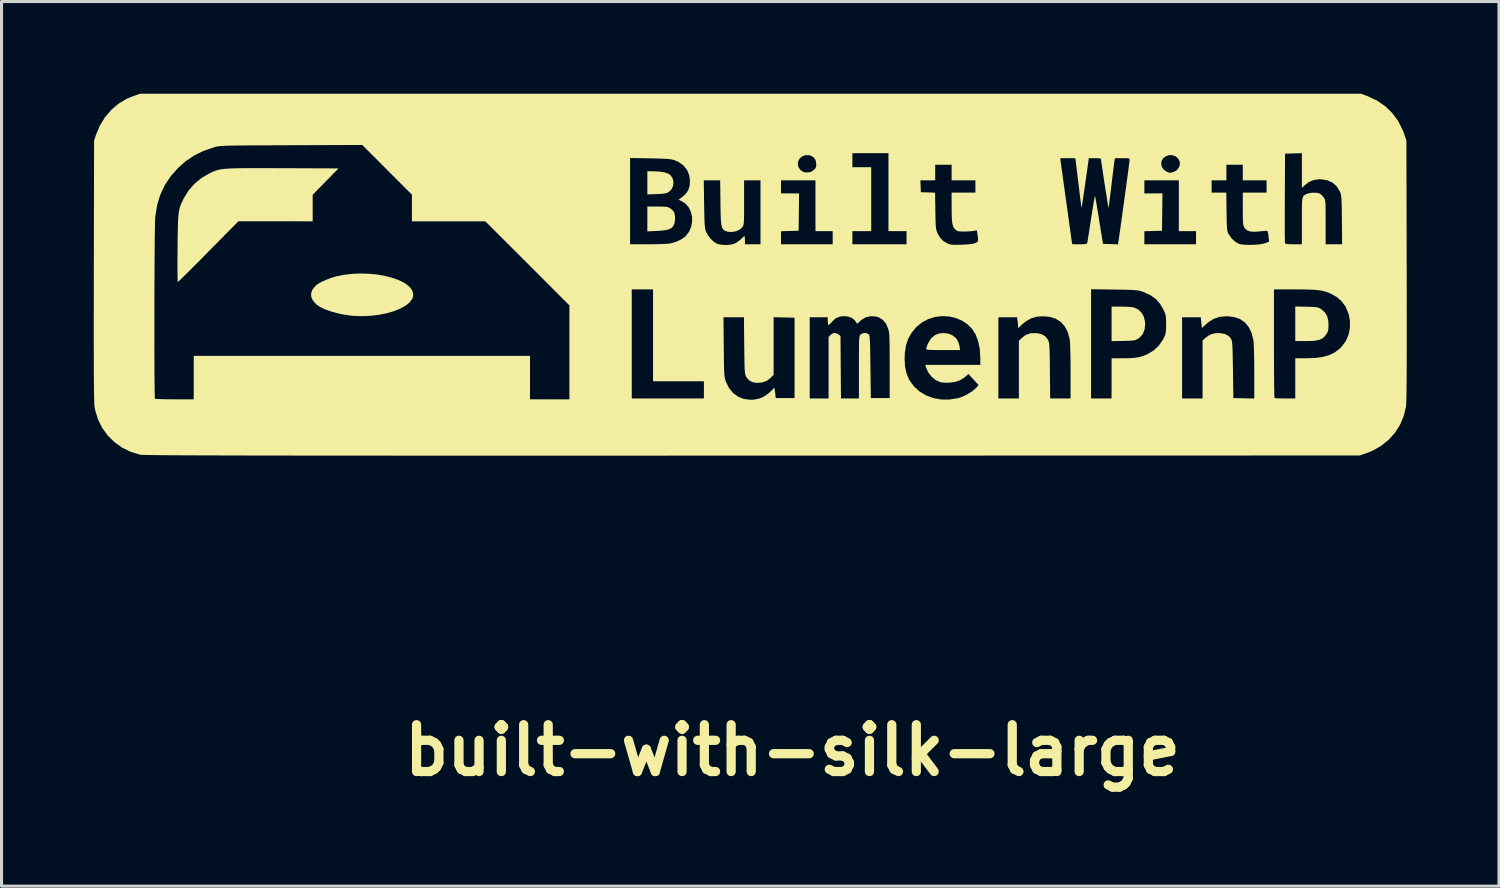
<source format=kicad_pcb>
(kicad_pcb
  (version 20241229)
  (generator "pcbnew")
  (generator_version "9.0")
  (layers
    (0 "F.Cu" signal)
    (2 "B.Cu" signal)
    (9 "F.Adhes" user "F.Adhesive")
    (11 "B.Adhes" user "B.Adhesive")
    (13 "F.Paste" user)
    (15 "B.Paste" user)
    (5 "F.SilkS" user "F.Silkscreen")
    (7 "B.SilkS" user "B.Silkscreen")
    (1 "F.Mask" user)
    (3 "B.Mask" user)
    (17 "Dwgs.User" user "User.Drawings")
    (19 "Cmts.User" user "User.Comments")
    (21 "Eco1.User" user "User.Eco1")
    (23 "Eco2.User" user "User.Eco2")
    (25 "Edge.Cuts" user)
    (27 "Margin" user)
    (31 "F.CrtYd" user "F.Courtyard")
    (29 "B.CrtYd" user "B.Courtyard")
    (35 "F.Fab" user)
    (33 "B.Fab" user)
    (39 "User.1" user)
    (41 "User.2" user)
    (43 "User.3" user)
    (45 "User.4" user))
  (footprint "built-with-silk-large"
    (layer "F.Cu")
    (at 22.729 21.358)
    (property "Reference" "built-with-silk-large" (at 0 0 0) (layer "F.SilkS") (effects (font (size 1.524 1.524) (thickness 0.3))))
    (attr board_only exclude_from_pos_files exclude_from_bom)
    (fp_poly (pts (xy -4.556 -18.836) (xy -4.336 -18.827) (xy -4.165 -18.801) (xy -4.04 -18.758) (xy -3.968 -18.708) (xy -3.899 -18.604) (xy -3.872 -18.484) (xy -3.885 -18.361) (xy -3.937 -18.249) (xy -4.025 -18.162) (xy -4.036 -18.156) (xy -4.089 -18.131) (xy -4.158 -18.114) (xy -4.256 -18.102) (xy -4.393 -18.095) (xy -4.422 -18.094) (xy -4.722 -18.084) (xy -4.722 -18.837)) (stroke (width 0) (type solid)) (fill yes) (layer "F.SilkS"))
    (fp_poly (pts (xy -4.252 -17.688) (xy -4.153 -17.685) (xy -4.084 -17.677) (xy -4.034 -17.662) (xy -3.991 -17.64) (xy -3.973 -17.628) (xy -3.889 -17.558) (xy -3.841 -17.477) (xy -3.821 -17.37) (xy -3.822 -17.271) (xy -3.837 -17.151) (xy -3.873 -17.06) (xy -3.935 -16.993) (xy -4.029 -16.947) (xy -4.162 -16.917) (xy -4.34 -16.899) (xy -4.406 -16.896) (xy -4.722 -16.881) (xy -4.722 -17.689) (xy -4.393 -17.689)) (stroke (width 0) (type solid)) (fill yes) (layer "F.SilkS"))
    (fp_poly (pts (xy 10.692 -14.434) (xy 10.827 -14.432) (xy 10.952 -14.425) (xy 11.052 -14.416) (xy 11.105 -14.406) (xy 11.246 -14.341) (xy 11.357 -14.236) (xy 11.432 -14.096) (xy 11.469 -13.928) (xy 11.472 -13.861) (xy 11.452 -13.683) (xy 11.393 -13.54) (xy 11.293 -13.429) (xy 11.257 -13.402) (xy 11.21 -13.372) (xy 11.166 -13.352) (xy 11.114 -13.338) (xy 11.044 -13.329) (xy 10.944 -13.323) (xy 10.805 -13.319) (xy 10.761 -13.318) (xy 10.379 -13.31) (xy 10.379 -14.434)) (stroke (width 0) (type solid)) (fill yes) (layer "F.SilkS"))
    (fp_poly (pts (xy 5.061 -13.558) (xy 5.199 -13.503) (xy 5.312 -13.414) (xy 5.347 -13.371) (xy 5.394 -13.279) (xy 5.428 -13.173) (xy 5.433 -13.146) (xy 5.45 -13.02) (xy 4.9 -13.02) (xy 4.711 -13.021) (xy 4.569 -13.023) (xy 4.468 -13.026) (xy 4.403 -13.032) (xy 4.365 -13.041) (xy 4.35 -13.052) (xy 4.349 -13.058) (xy 4.363 -13.122) (xy 4.399 -13.211) (xy 4.449 -13.307) (xy 4.503 -13.391) (xy 4.519 -13.412) (xy 4.629 -13.504) (xy 4.765 -13.559) (xy 4.913 -13.576)) (stroke (width 0) (type solid)) (fill yes) (layer "F.SilkS"))
    (fp_poly (pts (xy 16.727 -14.43) (xy 16.875 -14.426) (xy 16.98 -14.421) (xy 17.055 -14.413) (xy 17.108 -14.4) (xy 17.152 -14.38) (xy 17.196 -14.351) (xy 17.211 -14.341) (xy 17.32 -14.244) (xy 17.39 -14.131) (xy 17.427 -13.99) (xy 17.436 -13.845) (xy 17.433 -13.733) (xy 17.422 -13.655) (xy 17.398 -13.592) (xy 17.364 -13.535) (xy 17.301 -13.453) (xy 17.227 -13.394) (xy 17.136 -13.353) (xy 17.016 -13.328) (xy 16.86 -13.316) (xy 16.707 -13.314) (xy 16.355 -13.314) (xy 16.355 -14.439)) (stroke (width 0) (type solid)) (fill yes) (layer "F.SilkS"))
    (fp_poly (pts (xy -13.779 -15.503) (xy -13.526 -15.479) (xy -13.287 -15.439) (xy -13.065 -15.385) (xy -12.864 -15.318) (xy -12.689 -15.239) (xy -12.545 -15.151) (xy -12.435 -15.053) (xy -12.364 -14.948) (xy -12.336 -14.836) (xy -12.355 -14.72) (xy -12.373 -14.682) (xy -12.46 -14.566) (xy -12.593 -14.46) (xy -12.767 -14.365) (xy -12.974 -14.283) (xy -13.208 -14.216) (xy -13.463 -14.166) (xy -13.732 -14.135) (xy -14.009 -14.123) (xy -14.287 -14.133) (xy -14.368 -14.141) (xy -14.592 -14.173) (xy -14.815 -14.221) (xy -15.026 -14.281) (xy -15.215 -14.35) (xy -15.371 -14.425) (xy -15.484 -14.503) (xy -15.488 -14.506) (xy -15.599 -14.629) (xy -15.656 -14.753) (xy -15.659 -14.876) (xy -15.609 -14.998) (xy -15.506 -15.119) (xy -15.488 -15.135) (xy -15.405 -15.192) (xy -15.285 -15.255) (xy -15.142 -15.318) (xy -14.991 -15.374) (xy -14.846 -15.417) (xy -14.831 -15.421) (xy -14.57 -15.471) (xy -14.305 -15.501) (xy -14.04 -15.511)) (stroke (width 0) (type solid)) (fill yes) (layer "F.SilkS"))
    (fp_poly (pts (xy -17.263 -18.939) (xy -16.933 -18.938) (xy -16.576 -18.937) (xy -14.768 -18.93) (xy -15.188 -18.501) (xy -15.608 -18.072) (xy -15.608 -17.209) (xy -16.815 -17.21) (xy -18.023 -17.211) (xy -18.999 -16.223) (xy -19.186 -16.033) (xy -19.363 -15.855) (xy -19.525 -15.693) (xy -19.669 -15.549) (xy -19.791 -15.429) (xy -19.888 -15.334) (xy -19.955 -15.269) (xy -19.99 -15.237) (xy -19.995 -15.235) (xy -19.999 -15.26) (xy -20.002 -15.334) (xy -20.004 -15.45) (xy -20.006 -15.602) (xy -20.006 -15.786) (xy -20.006 -15.995) (xy -20.004 -16.224) (xy -20.003 -16.335) (xy -20 -16.625) (xy -19.997 -16.867) (xy -19.992 -17.067) (xy -19.986 -17.232) (xy -19.978 -17.368) (xy -19.966 -17.48) (xy -19.95 -17.574) (xy -19.93 -17.656) (xy -19.904 -17.732) (xy -19.872 -17.809) (xy -19.834 -17.891) (xy -19.808 -17.945) (xy -19.653 -18.201) (xy -19.455 -18.428) (xy -19.219 -18.622) (xy -18.956 -18.774) (xy -18.888 -18.806) (xy -18.826 -18.833) (xy -18.764 -18.857) (xy -18.699 -18.877) (xy -18.626 -18.893) (xy -18.541 -18.907) (xy -18.44 -18.917) (xy -18.319 -18.926) (xy -18.173 -18.932) (xy -17.999 -18.936) (xy -17.792 -18.938) (xy -17.548 -18.939)) (stroke (width 0) (type solid)) (fill yes) (layer "F.SilkS"))
    (fp_poly (pts (xy 18.728 -21.271) (xy 19.024 -21.13) (xy 19.287 -20.948) (xy 19.512 -20.728) (xy 19.701 -20.471) (xy 19.85 -20.178) (xy 19.908 -20.024) (xy 19.97 -19.837) (xy 19.979 -15.608) (xy 19.98 -15.002) (xy 19.98 -14.448) (xy 19.981 -13.944) (xy 19.981 -13.487) (xy 19.981 -13.078) (xy 19.98 -12.713) (xy 19.979 -12.392) (xy 19.977 -12.112) (xy 19.975 -11.872) (xy 19.973 -11.67) (xy 19.97 -11.504) (xy 19.967 -11.374) (xy 19.963 -11.276) (xy 19.959 -11.209) (xy 19.956 -11.179) (xy 19.883 -10.874) (xy 19.763 -10.59) (xy 19.599 -10.332) (xy 19.395 -10.104) (xy 19.154 -9.909) (xy 18.88 -9.752) (xy 18.663 -9.664) (xy 18.45 -9.592) (xy -1.307 -9.587) (xy -2.569 -9.587) (xy -3.778 -9.587) (xy -4.935 -9.586) (xy -6.043 -9.586) (xy -7.101 -9.586) (xy -8.111 -9.586) (xy -9.074 -9.586) (xy -9.991 -9.586) (xy -10.863 -9.586) (xy -11.691 -9.586) (xy -12.476 -9.586) (xy -13.219 -9.587) (xy -13.921 -9.587) (xy -14.583 -9.587) (xy -15.206 -9.588) (xy -15.792 -9.588) (xy -16.341 -9.589) (xy -16.854 -9.589) (xy -17.333 -9.59) (xy -17.778 -9.591) (xy -18.19 -9.592) (xy -18.571 -9.593) (xy -18.921 -9.594) (xy -19.242 -9.595) (xy -19.535 -9.596) (xy -19.8 -9.597) (xy -20.039 -9.598) (xy -20.252 -9.599) (xy -20.441 -9.601) (xy -20.607 -9.602) (xy -20.751 -9.604) (xy -20.874 -9.606) (xy -20.976 -9.608) (xy -21.06 -9.609) (xy -21.126 -9.611) (xy -21.174 -9.613) (xy -21.207 -9.616) (xy -21.224 -9.618) (xy -21.224 -9.618) (xy -21.529 -9.711) (xy -21.807 -9.848) (xy -22.056 -10.025) (xy -22.272 -10.238) (xy -22.45 -10.482) (xy -22.587 -10.755) (xy -22.68 -11.051) (xy -22.704 -11.179) (xy -22.709 -11.224) (xy -22.712 -11.298) (xy -22.716 -11.404) (xy -22.719 -11.544) (xy -22.722 -11.719) (xy -22.724 -11.931) (xy -22.726 -12.181) (xy -22.727 -12.471) (xy -22.728 -12.804) (xy -22.729 -13.18) (xy -22.729 -13.602) (xy -22.729 -13.717) (xy -20.757 -13.717) (xy -20.757 -13.385) (xy -20.757 -13.066) (xy -20.756 -12.763) (xy -20.755 -12.481) (xy -20.754 -12.224) (xy -20.752 -11.996) (xy -20.75 -11.801) (xy -20.748 -11.644) (xy -20.745 -11.528) (xy -20.742 -11.458) (xy -20.74 -11.437) (xy -20.709 -11.432) (xy -20.633 -11.428) (xy -20.518 -11.424) (xy -20.374 -11.421) (xy -20.207 -11.42) (xy -20.099 -11.419) (xy -19.477 -11.419) (xy -19.477 -12.833) (xy -8.538 -12.833) (xy -8.538 -11.419) (xy -7.257 -11.419) (xy -7.257 -11.446) (xy -5.229 -11.446) (xy -2.882 -11.446) (xy -2.882 -12.006) (xy -4.536 -12.006) (xy -4.536 -14.087) (xy -2.245 -14.087) (xy -2.236 -13.12) (xy -2.233 -12.866) (xy -2.231 -12.659) (xy -2.227 -12.493) (xy -2.224 -12.363) (xy -2.219 -12.262) (xy -2.212 -12.184) (xy -2.204 -12.124) (xy -2.194 -12.075) (xy -2.181 -12.032) (xy -2.169 -11.998) (xy -2.067 -11.791) (xy -1.936 -11.627) (xy -1.775 -11.507) (xy -1.587 -11.432) (xy -1.374 -11.404) (xy -1.267 -11.408) (xy -1.119 -11.434) (xy -1.083 -11.446) (xy 0.56 -11.446) (xy 1.174 -11.446) (xy 1.174 -13.449) (xy 1.239 -13.515) (xy 1.325 -13.57) (xy 1.416 -13.573) (xy 1.498 -13.529) (xy 1.561 -13.479) (xy 1.577 -11.446) (xy 2.161 -11.446) (xy 2.161 -12.46) (xy 2.161 -12.719) (xy 2.162 -12.931) (xy 2.163 -13.099) (xy 2.165 -13.231) (xy 2.168 -13.329) (xy 2.173 -13.401) (xy 2.179 -13.451) (xy 2.187 -13.484) (xy 2.197 -13.507) (xy 2.21 -13.523) (xy 2.214 -13.527) (xy 2.292 -13.571) (xy 2.386 -13.576) (xy 2.47 -13.543) (xy 2.483 -13.531) (xy 2.494 -13.513) (xy 2.503 -13.484) (xy 2.51 -13.438) (xy 2.515 -13.371) (xy 2.52 -13.278) (xy 2.524 -13.152) (xy 2.527 -12.99) (xy 2.531 -12.785) (xy 2.534 -12.533) (xy 2.535 -12.482) (xy 2.548 -11.459) (xy 3.162 -11.459) (xy 3.161 -12.513) (xy 3.161 -12.74) (xy 3.647 -12.74) (xy 3.66 -12.489) (xy 3.705 -12.273) (xy 3.782 -12.082) (xy 3.806 -12.039) (xy 3.952 -11.838) (xy 4.133 -11.673) (xy 4.345 -11.546) (xy 4.58 -11.459) (xy 4.834 -11.413) (xy 5.1 -11.411) (xy 5.319 -11.446) (xy 6.697 -11.446) (xy 7.364 -11.446) (xy 7.364 -13.32) (xy 7.465 -13.421) (xy 7.598 -13.518) (xy 7.757 -13.568) (xy 7.942 -13.572) (xy 7.945 -13.572) (xy 8.103 -13.537) (xy 8.222 -13.469) (xy 8.305 -13.365) (xy 8.311 -13.353) (xy 8.326 -13.321) (xy 8.337 -13.285) (xy 8.347 -13.239) (xy 8.354 -13.178) (xy 8.359 -13.094) (xy 8.364 -12.983) (xy 8.367 -12.838) (xy 8.37 -12.653) (xy 8.372 -12.423) (xy 8.373 -12.346) (xy 8.382 -11.446) (xy 9.045 -11.446) (xy 9.045 -12.335) (xy 9.044 -12.573) (xy 9.041 -12.793) (xy 9.037 -12.989) (xy 9.032 -13.154) (xy 9.026 -13.281) (xy 9.019 -13.363) (xy 9.016 -13.377) (xy 8.954 -13.605) (xy 8.857 -13.791) (xy 8.727 -13.936) (xy 8.564 -14.04) (xy 8.368 -14.101) (xy 8.151 -14.121) (xy 7.942 -14.105) (xy 7.761 -14.052) (xy 7.593 -13.956) (xy 7.489 -13.872) (xy 7.337 -13.736) (xy 7.337 -13.812) (xy 7.332 -13.891) (xy 7.321 -13.981) (xy 7.32 -13.987) (xy 7.304 -14.087) (xy 6.697 -14.087) (xy 6.697 -11.446) (xy 5.319 -11.446) (xy 5.373 -11.455) (xy 5.444 -11.474) (xy 5.577 -11.525) (xy 5.719 -11.599) (xy 5.853 -11.687) (xy 5.961 -11.777) (xy 5.994 -11.812) (xy 6.052 -11.882) (xy 5.889 -12.062) (xy 5.725 -12.242) (xy 5.632 -12.16) (xy 5.547 -12.097) (xy 5.447 -12.039) (xy 5.418 -12.025) (xy 5.293 -11.986) (xy 5.141 -11.963) (xy 4.984 -11.957) (xy 4.846 -11.969) (xy 4.81 -11.977) (xy 4.656 -12.046) (xy 4.52 -12.157) (xy 4.411 -12.303) (xy 4.337 -12.475) (xy 4.336 -12.48) (xy 4.319 -12.54) (xy 6.11 -12.54) (xy 6.109 -12.773) (xy 6.093 -13.041) (xy 6.045 -13.288) (xy 5.969 -13.502) (xy 5.958 -13.526) (xy 5.839 -13.713) (xy 5.684 -13.866) (xy 5.502 -13.985) (xy 5.298 -14.068) (xy 5.081 -14.115) (xy 4.857 -14.125) (xy 4.633 -14.096) (xy 4.416 -14.029) (xy 4.214 -13.921) (xy 4.033 -13.773) (xy 4.029 -13.769) (xy 3.876 -13.588) (xy 3.764 -13.39) (xy 3.691 -13.17) (xy 3.654 -12.918) (xy 3.647 -12.74) (xy 3.161 -12.74) (xy 3.161 -12.781) (xy 3.16 -13.001) (xy 3.159 -13.18) (xy 3.156 -13.322) (xy 3.153 -13.433) (xy 3.148 -13.52) (xy 3.141 -13.587) (xy 3.132 -13.64) (xy 3.121 -13.686) (xy 3.109 -13.726) (xy 3.034 -13.889) (xy 2.93 -14.011) (xy 2.8 -14.089) (xy 2.731 -14.109) (xy 2.551 -14.123) (xy 2.386 -14.087) (xy 2.24 -14.002) (xy 2.165 -13.931) (xy 2.118 -13.888) (xy 2.092 -13.89) (xy 2.089 -13.895) (xy 2.023 -13.996) (xy 1.919 -14.072) (xy 1.789 -14.116) (xy 1.644 -14.124) (xy 1.587 -14.117) (xy 1.476 -14.088) (xy 1.389 -14.041) (xy 1.306 -13.964) (xy 1.274 -13.928) (xy 1.22 -13.871) (xy 1.179 -13.84) (xy 1.165 -13.839) (xy 1.154 -13.874) (xy 1.148 -13.942) (xy 1.147 -13.972) (xy 1.147 -14.087) (xy 0.56 -14.087) (xy 0.56 -11.446) (xy -1.083 -11.446) (xy -0.977 -11.483) (xy -0.969 -11.488) (xy -0.87 -11.547) (xy -0.766 -11.625) (xy -0.71 -11.677) (xy -0.59 -11.798) (xy -0.576 -11.709) (xy -0.563 -11.618) (xy -0.554 -11.539) (xy -0.547 -11.459) (xy 0.067 -11.459) (xy 0.067 -14.074) (xy -0.273 -14.082) (xy -0.614 -14.089) (xy -0.614 -12.213) (xy -0.714 -12.113) (xy -0.84 -12.019) (xy -0.992 -11.967) (xy -1.147 -11.953) (xy -1.296 -11.975) (xy -1.415 -12.038) (xy -1.5 -12.139) (xy -1.507 -12.153) (xy -1.522 -12.185) (xy -1.533 -12.221) (xy -1.543 -12.267) (xy -1.55 -12.329) (xy -1.556 -12.412) (xy -1.56 -12.524) (xy -1.563 -12.669) (xy -1.566 -12.853) (xy -1.569 -13.083) (xy -1.57 -13.174) (xy -1.579 -14.087) (xy -2.245 -14.087) (xy -4.536 -14.087) (xy -4.536 -14.995) (xy -5.229 -14.995) (xy -5.229 -11.446) (xy -7.257 -11.446) (xy -7.257 -14.474) (xy -7.782 -14.999) (xy 9.712 -14.999) (xy 9.712 -11.446) (xy 10.379 -11.446) (xy 12.673 -11.446) (xy 13.34 -11.446) (xy 13.34 -13.334) (xy 13.446 -13.429) (xy 13.589 -13.524) (xy 13.755 -13.571) (xy 13.918 -13.572) (xy 14.077 -13.539) (xy 14.194 -13.475) (xy 14.267 -13.387) (xy 14.28 -13.358) (xy 14.29 -13.321) (xy 14.299 -13.27) (xy 14.306 -13.198) (xy 14.312 -13.1) (xy 14.316 -12.971) (xy 14.32 -12.805) (xy 14.324 -12.596) (xy 14.328 -12.38) (xy 14.341 -11.459) (xy 14.681 -11.452) (xy 15.021 -11.444) (xy 15.021 -12.306) (xy 15.02 -12.524) (xy 15.018 -12.733) (xy 15.014 -12.925) (xy 15.009 -13.091) (xy 15.003 -13.224) (xy 14.996 -13.315) (xy 14.993 -13.34) (xy 14.935 -13.574) (xy 14.843 -13.767) (xy 14.718 -13.918) (xy 14.559 -14.028) (xy 14.367 -14.095) (xy 14.143 -14.121) (xy 14.117 -14.121) (xy 13.899 -14.101) (xy 13.707 -14.039) (xy 13.532 -13.93) (xy 13.463 -13.871) (xy 13.318 -13.739) (xy 13.299 -13.913) (xy 13.281 -14.087) (xy 12.673 -14.087) (xy 12.673 -11.446) (xy 10.379 -11.446) (xy 10.379 -12.753) (xy 10.735 -12.753) (xy 10.945 -12.756) (xy 11.115 -12.767) (xy 11.255 -12.787) (xy 11.379 -12.819) (xy 11.499 -12.865) (xy 11.545 -12.886) (xy 11.747 -13.007) (xy 11.918 -13.167) (xy 12.049 -13.357) (xy 12.067 -13.39) (xy 12.105 -13.472) (xy 12.13 -13.539) (xy 12.144 -13.608) (xy 12.151 -13.694) (xy 12.153 -13.813) (xy 12.153 -13.86) (xy 12.152 -13.994) (xy 12.147 -14.09) (xy 12.135 -14.164) (xy 12.113 -14.232) (xy 12.079 -14.31) (xy 12.07 -14.329) (xy 11.959 -14.522) (xy 11.824 -14.676) (xy 11.656 -14.799) (xy 11.447 -14.898) (xy 11.393 -14.918) (xy 11.338 -14.936) (xy 11.285 -14.95) (xy 11.225 -14.961) (xy 11.151 -14.969) (xy 11.056 -14.976) (xy 10.933 -14.98) (xy 10.775 -14.984) (xy 10.573 -14.987) (xy 10.465 -14.989) (xy 10.067 -14.995) (xy 15.662 -14.995) (xy 15.662 -13.238) (xy 15.662 -12.937) (xy 15.663 -12.651) (xy 15.664 -12.386) (xy 15.665 -12.145) (xy 15.667 -11.934) (xy 15.67 -11.756) (xy 15.672 -11.617) (xy 15.675 -11.52) (xy 15.678 -11.47) (xy 15.679 -11.464) (xy 15.711 -11.457) (xy 15.786 -11.451) (xy 15.892 -11.448) (xy 16.019 -11.446) (xy 16.026 -11.446) (xy 16.355 -11.446) (xy 16.355 -12.753) (xy 16.722 -12.754) (xy 17.004 -12.764) (xy 17.243 -12.796) (xy 17.447 -12.852) (xy 17.622 -12.935) (xy 17.776 -13.047) (xy 17.876 -13.145) (xy 18.004 -13.323) (xy 18.09 -13.526) (xy 18.133 -13.746) (xy 18.133 -13.973) (xy 18.089 -14.198) (xy 18 -14.413) (xy 17.975 -14.457) (xy 17.859 -14.612) (xy 17.71 -14.741) (xy 17.519 -14.851) (xy 17.501 -14.859) (xy 17.41 -14.898) (xy 17.317 -14.928) (xy 17.215 -14.952) (xy 17.096 -14.97) (xy 16.952 -14.982) (xy 16.777 -14.989) (xy 16.563 -14.993) (xy 16.322 -14.994) (xy 15.662 -14.995) (xy 10.067 -14.995) (xy 9.712 -14.999) (xy -7.782 -14.999) (xy -8.624 -15.842) (xy -9.992 -17.209) (xy -12.38 -17.209) (xy -12.38 -18.076) (xy -13.188 -18.884) (xy -13.571 -19.268) (xy -5.283 -19.268) (xy -5.283 -16.462) (xy -4.699 -16.462) (xy -4.518 -16.463) (xy -4.347 -16.467) (xy -4.194 -16.472) (xy -4.072 -16.479) (xy -3.989 -16.486) (xy -3.974 -16.489) (xy -3.795 -16.539) (xy -3.629 -16.615) (xy -3.495 -16.708) (xy -3.471 -16.731) (xy -3.365 -16.869) (xy -3.297 -17.027) (xy -3.265 -17.196) (xy -3.269 -17.366) (xy -3.308 -17.527) (xy -3.381 -17.672) (xy -3.486 -17.789) (xy -3.587 -17.854) (xy -3.705 -17.911) (xy -3.607 -17.983) (xy -3.477 -18.097) (xy -3.392 -18.219) (xy -3.347 -18.362) (xy -3.335 -18.524) (xy -3.338 -18.543) (xy -2.886 -18.543) (xy -2.875 -17.776) (xy -2.871 -17.545) (xy -2.867 -17.36) (xy -2.862 -17.216) (xy -2.856 -17.105) (xy -2.848 -17.021) (xy -2.838 -16.957) (xy -2.825 -16.907) (xy -2.817 -16.882) (xy -2.754 -16.759) (xy -2.663 -16.641) (xy -2.559 -16.543) (xy -2.454 -16.48) (xy -2.441 -16.475) (xy -2.312 -16.446) (xy -2.163 -16.438) (xy -2.016 -16.449) (xy -1.894 -16.48) (xy -1.878 -16.486) (xy -1.791 -16.537) (xy -1.7 -16.606) (xy -1.672 -16.632) (xy -1.615 -16.687) (xy -1.573 -16.722) (xy -1.562 -16.729) (xy -1.554 -16.705) (xy -1.548 -16.643) (xy -1.547 -16.595) (xy -1.547 -16.462) (xy -1.041 -16.462) (xy -0.374 -16.462) (xy 1.307 -16.462) (xy 1.948 -16.462) (xy 3.709 -16.462) (xy 3.709 -16.889) (xy 3.122 -16.889) (xy 3.122 -18.543) (xy 4.16 -18.543) (xy 4.176 -18.156) (xy 4.407 -18.149) (xy 4.638 -18.141) (xy 4.647 -17.548) (xy 4.65 -17.353) (xy 4.654 -17.203) (xy 4.659 -17.09) (xy 4.666 -17.006) (xy 4.676 -16.943) (xy 4.689 -16.892) (xy 4.707 -16.846) (xy 4.717 -16.822) (xy 4.803 -16.672) (xy 4.91 -16.564) (xy 5.049 -16.486) (xy 5.123 -16.459) (xy 5.183 -16.449) (xy 5.283 -16.445) (xy 5.408 -16.445) (xy 5.544 -16.449) (xy 5.677 -16.457) (xy 5.793 -16.468) (xy 5.877 -16.481) (xy 5.896 -16.486) (xy 5.975 -16.513) (xy 6.02 -16.542) (xy 6.037 -16.585) (xy 6.034 -16.658) (xy 6.024 -16.735) (xy 5.998 -16.914) (xy 5.874 -16.895) (xy 5.781 -16.885) (xy 5.662 -16.878) (xy 5.558 -16.876) (xy 5.452 -16.879) (xy 5.383 -16.889) (xy 5.334 -16.911) (xy 5.298 -16.941) (xy 5.258 -16.986) (xy 5.227 -17.041) (xy 5.205 -17.113) (xy 5.19 -17.21) (xy 5.181 -17.339) (xy 5.177 -17.509) (xy 5.176 -17.669) (xy 5.176 -18.143) (xy 5.95 -18.143) (xy 5.95 -18.543) (xy 5.176 -18.543) (xy 5.176 -19.05) (xy 4.642 -19.05) (xy 4.642 -18.543) (xy 4.16 -18.543) (xy 3.122 -18.543) (xy 3.122 -19.263) (xy 8.708 -19.263) (xy 8.901 -17.869) (xy 8.938 -17.603) (xy 8.973 -17.353) (xy 9.005 -17.125) (xy 9.033 -16.923) (xy 9.056 -16.752) (xy 9.075 -16.617) (xy 9.089 -16.522) (xy 9.095 -16.474) (xy 9.096 -16.469) (xy 9.122 -16.466) (xy 9.189 -16.463) (xy 9.285 -16.462) (xy 9.336 -16.462) (xy 9.452 -16.463) (xy 9.525 -16.469) (xy 9.566 -16.48) (xy 9.584 -16.5) (xy 9.588 -16.509) (xy 9.595 -16.546) (xy 9.609 -16.63) (xy 9.628 -16.751) (xy 9.653 -16.904) (xy 9.68 -17.082) (xy 9.71 -17.276) (xy 9.715 -17.311) (xy 9.745 -17.503) (xy 9.773 -17.674) (xy 9.797 -17.819) (xy 9.818 -17.931) (xy 9.833 -18.004) (xy 9.841 -18.032) (xy 9.842 -18.032) (xy 9.85 -17.997) (xy 9.864 -17.917) (xy 9.885 -17.798) (xy 9.91 -17.647) (xy 9.939 -17.471) (xy 9.971 -17.278) (xy 9.977 -17.236) (xy 10.1 -16.475) (xy 10.343 -16.468) (xy 10.586 -16.46) (xy 10.586 -16.462) (xy 11.446 -16.462) (xy 13.127 -16.462) (xy 13.127 -16.889) (xy 12.567 -16.889) (xy 12.567 -18.143) (xy 13.634 -18.143) (xy 14.111 -18.143) (xy 14.119 -17.523) (xy 14.122 -17.323) (xy 14.125 -17.169) (xy 14.13 -17.053) (xy 14.136 -16.968) (xy 14.145 -16.906) (xy 14.156 -16.859) (xy 14.172 -16.82) (xy 14.185 -16.794) (xy 14.285 -16.651) (xy 14.408 -16.539) (xy 14.525 -16.476) (xy 14.617 -16.456) (xy 14.745 -16.445) (xy 14.896 -16.442) (xy 15.052 -16.448) (xy 15.2 -16.461) (xy 15.322 -16.482) (xy 15.389 -16.502) (xy 15.503 -16.549) (xy 15.486 -16.712) (xy 15.474 -16.801) (xy 15.461 -16.867) (xy 15.452 -16.893) (xy 15.419 -16.898) (xy 15.347 -16.896) (xy 15.249 -16.887) (xy 15.204 -16.882) (xy 15.027 -16.868) (xy 14.893 -16.877) (xy 14.793 -16.912) (xy 14.721 -16.973) (xy 14.7 -17.004) (xy 14.682 -17.038) (xy 14.669 -17.078) (xy 14.659 -17.132) (xy 14.654 -17.203) (xy 16.013 -17.203) (xy 16.013 -16.992) (xy 16.014 -16.812) (xy 16.016 -16.667) (xy 16.017 -16.564) (xy 16.019 -16.506) (xy 16.021 -16.495) (xy 16.047 -16.478) (xy 16.115 -16.468) (xy 16.228 -16.463) (xy 16.301 -16.462) (xy 16.569 -16.462) (xy 16.569 -17.22) (xy 16.569 -17.449) (xy 16.57 -17.631) (xy 16.573 -17.772) (xy 16.579 -17.877) (xy 16.589 -17.953) (xy 16.606 -18.006) (xy 16.629 -18.042) (xy 16.661 -18.067) (xy 16.702 -18.088) (xy 16.747 -18.107) (xy 16.848 -18.133) (xy 16.967 -18.141) (xy 17.08 -18.132) (xy 17.155 -18.109) (xy 17.213 -18.064) (xy 17.272 -17.998) (xy 17.282 -17.985) (xy 17.3 -17.957) (xy 17.314 -17.927) (xy 17.325 -17.889) (xy 17.332 -17.837) (xy 17.337 -17.764) (xy 17.34 -17.662) (xy 17.342 -17.526) (xy 17.342 -17.349) (xy 17.342 -17.178) (xy 17.342 -16.462) (xy 17.879 -16.462) (xy 17.871 -17.256) (xy 17.868 -17.483) (xy 17.866 -17.664) (xy 17.863 -17.804) (xy 17.858 -17.912) (xy 17.852 -17.992) (xy 17.844 -18.053) (xy 17.834 -18.101) (xy 17.82 -18.143) (xy 17.802 -18.184) (xy 17.799 -18.191) (xy 17.701 -18.349) (xy 17.569 -18.466) (xy 17.405 -18.541) (xy 17.209 -18.575) (xy 17.133 -18.576) (xy 16.957 -18.554) (xy 16.803 -18.489) (xy 16.675 -18.393) (xy 16.569 -18.297) (xy 16.569 -19.425) (xy 16.295 -19.418) (xy 16.022 -19.41) (xy 16.015 -17.969) (xy 16.014 -17.696) (xy 16.013 -17.439) (xy 16.013 -17.203) (xy 14.654 -17.203) (xy 14.653 -17.208) (xy 14.65 -17.315) (xy 14.648 -17.46) (xy 14.648 -17.616) (xy 14.648 -18.143) (xy 15.421 -18.143) (xy 15.421 -18.543) (xy 14.648 -18.543) (xy 14.648 -19.05) (xy 14.114 -19.05) (xy 14.114 -18.543) (xy 13.634 -18.543) (xy 13.634 -18.143) (xy 12.567 -18.143) (xy 12.567 -18.543) (xy 11.446 -18.543) (xy 11.446 -18.116) (xy 12.034 -18.116) (xy 12.027 -17.509) (xy 12.02 -16.902) (xy 11.733 -16.895) (xy 11.446 -16.887) (xy 11.446 -16.462) (xy 10.586 -16.462) (xy 10.601 -16.548) (xy 10.611 -16.605) (xy 10.625 -16.706) (xy 10.645 -16.845) (xy 10.669 -17.014) (xy 10.697 -17.209) (xy 10.726 -17.422) (xy 10.757 -17.647) (xy 10.789 -17.879) (xy 10.821 -18.11) (xy 10.852 -18.335) (xy 10.88 -18.548) (xy 10.906 -18.741) (xy 10.929 -18.909) (xy 10.946 -19.046) (xy 10.949 -19.066) (xy 11.993 -19.066) (xy 12.021 -18.966) (xy 12.089 -18.879) (xy 12.18 -18.821) (xy 12.238 -18.795) (xy 12.277 -18.787) (xy 12.322 -18.794) (xy 12.382 -18.81) (xy 12.489 -18.862) (xy 12.562 -18.942) (xy 12.599 -19.038) (xy 12.599 -19.139) (xy 12.559 -19.233) (xy 12.48 -19.31) (xy 12.445 -19.329) (xy 12.339 -19.365) (xy 12.241 -19.36) (xy 12.147 -19.326) (xy 12.055 -19.257) (xy 12.004 -19.167) (xy 11.993 -19.066) (xy 10.949 -19.066) (xy 10.959 -19.144) (xy 10.965 -19.199) (xy 10.966 -19.207) (xy 10.962 -19.234) (xy 10.945 -19.251) (xy 10.904 -19.259) (xy 10.828 -19.263) (xy 10.728 -19.263) (xy 10.49 -19.263) (xy 10.476 -19.19) (xy 10.469 -19.145) (xy 10.457 -19.054) (xy 10.441 -18.926) (xy 10.421 -18.768) (xy 10.399 -18.587) (xy 10.376 -18.391) (xy 10.374 -18.377) (xy 10.352 -18.186) (xy 10.33 -18.014) (xy 10.312 -17.868) (xy 10.296 -17.753) (xy 10.285 -17.678) (xy 10.279 -17.648) (xy 10.278 -17.648) (xy 10.273 -17.674) (xy 10.26 -17.746) (xy 10.243 -17.855) (xy 10.221 -17.993) (xy 10.196 -18.152) (xy 10.169 -18.324) (xy 10.141 -18.502) (xy 10.115 -18.677) (xy 10.09 -18.842) (xy 10.068 -18.989) (xy 10.05 -19.11) (xy 10.038 -19.196) (xy 10.033 -19.241) (xy 10.032 -19.243) (xy 10.008 -19.253) (xy 9.943 -19.26) (xy 9.851 -19.263) (xy 9.836 -19.263) (xy 9.64 -19.263) (xy 9.524 -18.445) (xy 9.496 -18.244) (xy 9.469 -18.063) (xy 9.445 -17.907) (xy 9.426 -17.783) (xy 9.411 -17.697) (xy 9.402 -17.654) (xy 9.4 -17.651) (xy 9.396 -17.681) (xy 9.386 -17.756) (xy 9.372 -17.867) (xy 9.354 -18.008) (xy 9.334 -18.17) (xy 9.313 -18.344) (xy 9.291 -18.523) (xy 9.27 -18.699) (xy 9.25 -18.864) (xy 9.232 -19.01) (xy 9.218 -19.128) (xy 9.209 -19.212) (xy 9.205 -19.252) (xy 9.205 -19.253) (xy 9.18 -19.258) (xy 9.114 -19.261) (xy 9.017 -19.263) (xy 8.957 -19.263) (xy 8.708 -19.263) (xy 3.122 -19.263) (xy 3.122 -19.424) (xy 1.948 -19.424) (xy 1.948 -18.97) (xy 2.561 -18.97) (xy 2.561 -16.889) (xy 1.948 -16.889) (xy 1.948 -16.462) (xy 1.307 -16.462) (xy 1.307 -16.889) (xy 0.747 -16.889) (xy 0.747 -18.543) (xy -0.374 -18.543) (xy -0.374 -18.116) (xy 0.214 -18.116) (xy 0.207 -17.509) (xy 0.2 -16.902) (xy -0.087 -16.895) (xy -0.374 -16.887) (xy -0.374 -16.462) (xy -1.041 -16.462) (xy -1.041 -18.543) (xy -1.574 -18.543) (xy -1.574 -17.82) (xy -1.574 -17.604) (xy -1.575 -17.434) (xy -1.577 -17.305) (xy -1.581 -17.209) (xy -1.587 -17.141) (xy -1.595 -17.093) (xy -1.606 -17.059) (xy -1.62 -17.033) (xy -1.627 -17.023) (xy -1.715 -16.941) (xy -1.835 -16.886) (xy -1.969 -16.861) (xy -2.102 -16.87) (xy -2.175 -16.894) (xy -2.219 -16.917) (xy -2.254 -16.945) (xy -2.281 -16.985) (xy -2.302 -17.043) (xy -2.317 -17.123) (xy -2.328 -17.233) (xy -2.335 -17.378) (xy -2.34 -17.564) (xy -2.343 -17.797) (xy -2.343 -17.816) (xy -2.352 -18.543) (xy -2.886 -18.543) (xy -3.338 -18.543) (xy -3.36 -18.714) (xy -3.432 -18.883) (xy -3.547 -19.026) (xy -3.603 -19.066) (xy 0.172 -19.066) (xy 0.197 -18.964) (xy 0.257 -18.88) (xy 0.356 -18.812) (xy 0.465 -18.795) (xy 0.494 -18.799) (xy 0.553 -18.808) (xy 0.578 -18.81) (xy 0.617 -18.826) (xy 0.675 -18.866) (xy 0.692 -18.879) (xy 0.744 -18.931) (xy 0.768 -18.987) (xy 0.774 -19.07) (xy 0.774 -19.075) (xy 0.751 -19.199) (xy 0.687 -19.292) (xy 0.584 -19.349) (xy 0.543 -19.359) (xy 0.421 -19.361) (xy 0.317 -19.323) (xy 0.237 -19.255) (xy 0.187 -19.166) (xy 0.172 -19.066) (xy -3.603 -19.066) (xy -3.703 -19.138) (xy -3.85 -19.201) (xy -3.907 -19.216) (xy -3.979 -19.229) (xy -4.072 -19.238) (xy -4.194 -19.245) (xy -4.352 -19.251) (xy -4.554 -19.256) (xy -4.636 -19.257) (xy -5.283 -19.268) (xy -13.571 -19.268) (xy -13.996 -19.692) (xy -16.303 -19.684) (xy -16.707 -19.683) (xy -17.061 -19.681) (xy -17.369 -19.68) (xy -17.635 -19.678) (xy -17.862 -19.677) (xy -18.053 -19.675) (xy -18.213 -19.672) (xy -18.344 -19.669) (xy -18.451 -19.666) (xy -18.538 -19.661) (xy -18.607 -19.656) (xy -18.662 -19.651) (xy -18.707 -19.644) (xy -18.746 -19.636) (xy -18.783 -19.627) (xy -18.814 -19.618) (xy -19.157 -19.501) (xy -19.463 -19.35) (xy -19.741 -19.162) (xy -19.986 -18.945) (xy -20.227 -18.673) (xy -20.419 -18.384) (xy -20.565 -18.074) (xy -20.667 -17.738) (xy -20.726 -17.372) (xy -20.731 -17.316) (xy -20.734 -17.25) (xy -20.738 -17.138) (xy -20.74 -16.984) (xy -20.743 -16.792) (xy -20.746 -16.567) (xy -20.748 -16.312) (xy -20.75 -16.032) (xy -20.752 -15.731) (xy -20.753 -15.414) (xy -20.755 -15.083) (xy -20.756 -14.744) (xy -20.756 -14.4) (xy -20.757 -14.057) (xy -20.757 -13.717) (xy -22.729 -13.717) (xy -22.729 -14.07) (xy -22.728 -14.587) (xy -22.728 -15.155) (xy -22.727 -15.608) (xy -22.719 -19.837) (xy -22.656 -20.024) (xy -22.529 -20.326) (xy -22.361 -20.598) (xy -22.158 -20.836) (xy -21.921 -21.037) (xy -21.656 -21.195) (xy -21.444 -21.282) (xy -21.224 -21.358) (xy 18.503 -21.358)) (stroke (width 0) (type solid)) (fill yes) (layer "F.SilkS")))
  (gr_rect
    (start -3 -3)
    (end 45.71 25.776)
    (stroke (width 0.1) (type default))
    (fill no)
    (layer "Edge.Cuts")))
</source>
